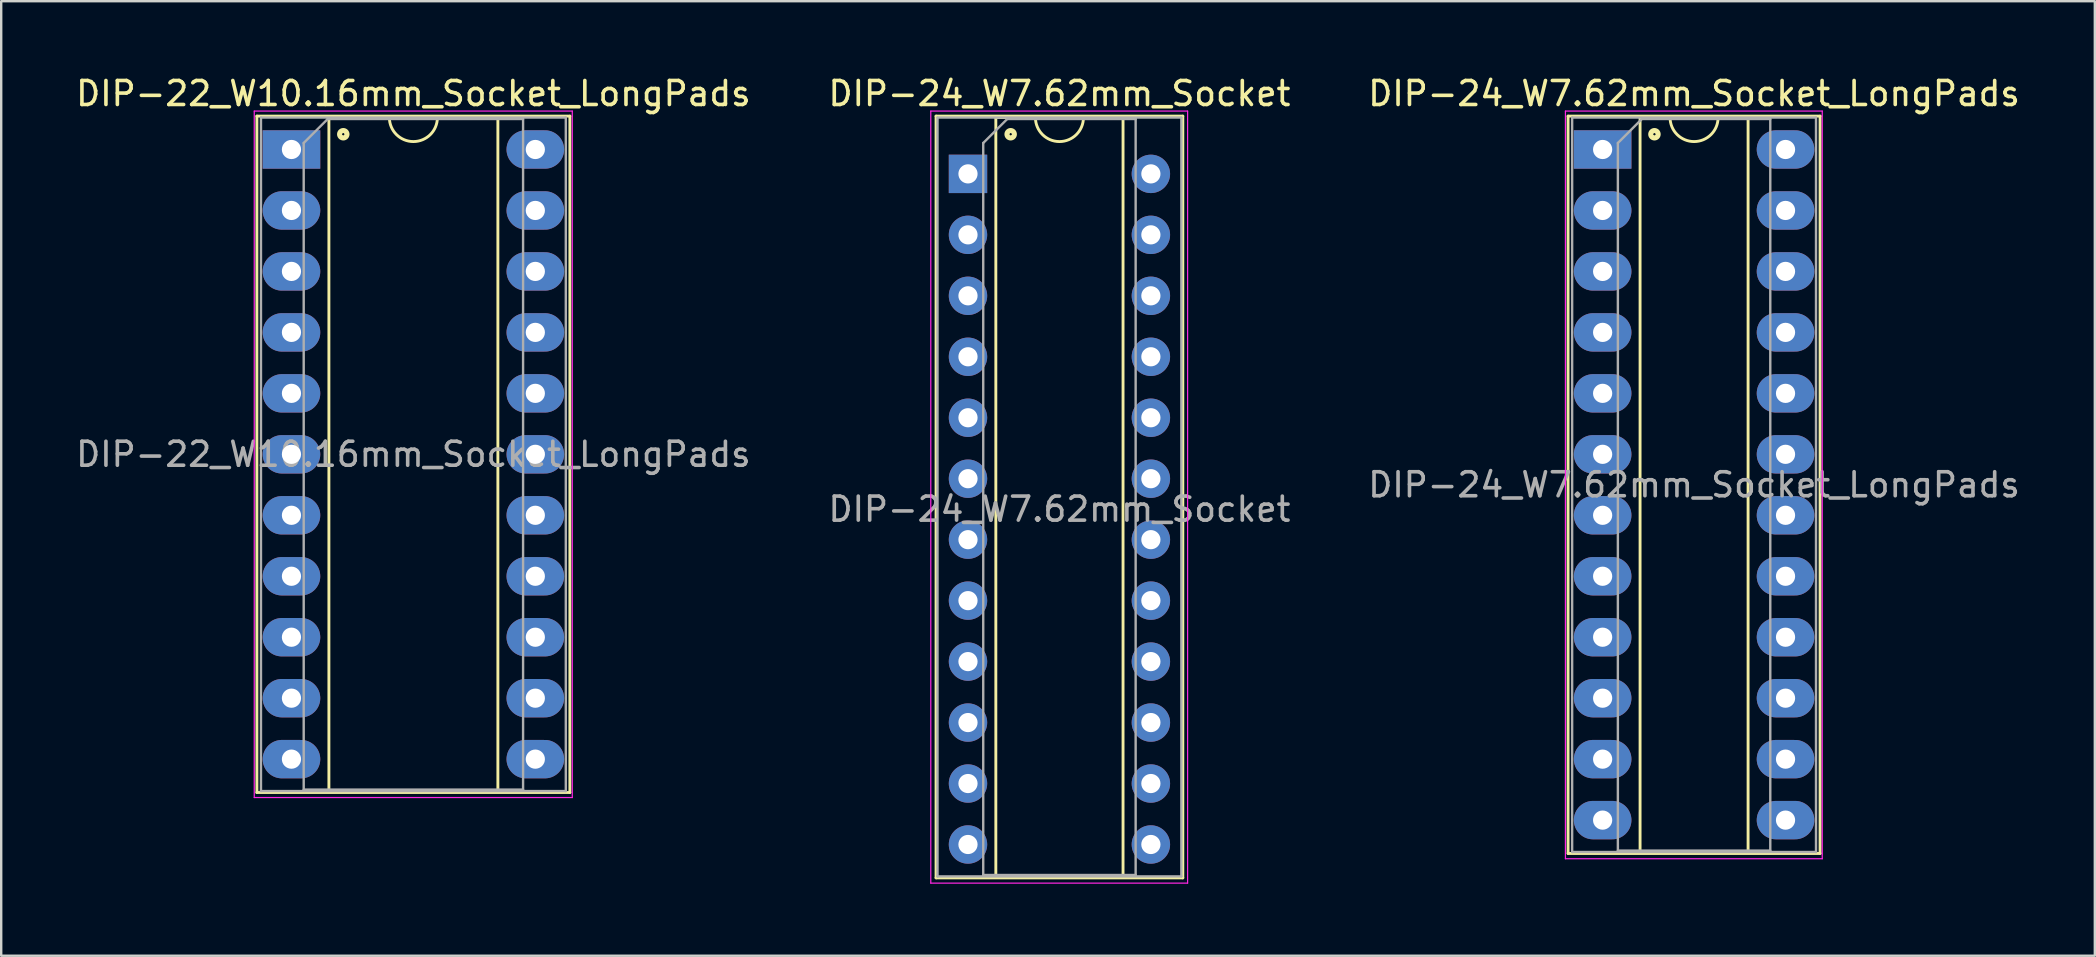
<source format=kicad_pcb>
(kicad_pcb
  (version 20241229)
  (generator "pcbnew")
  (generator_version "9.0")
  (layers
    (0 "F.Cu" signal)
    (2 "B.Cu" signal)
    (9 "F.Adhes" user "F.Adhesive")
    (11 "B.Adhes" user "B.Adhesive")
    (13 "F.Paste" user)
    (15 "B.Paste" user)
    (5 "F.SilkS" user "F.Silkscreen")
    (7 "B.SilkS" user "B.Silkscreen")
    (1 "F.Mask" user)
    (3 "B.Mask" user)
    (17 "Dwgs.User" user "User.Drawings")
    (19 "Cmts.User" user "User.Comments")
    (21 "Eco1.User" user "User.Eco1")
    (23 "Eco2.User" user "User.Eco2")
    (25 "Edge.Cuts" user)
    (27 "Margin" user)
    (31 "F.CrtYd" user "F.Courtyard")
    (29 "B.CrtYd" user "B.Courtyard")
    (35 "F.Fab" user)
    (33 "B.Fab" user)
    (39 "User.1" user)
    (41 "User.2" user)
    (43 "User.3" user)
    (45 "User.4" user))
  (footprint "DIP-24_W7.62mm_Socket"
    (layer "F.Cu")
    (at 37.279 4.194)
    (property "Reference" "DIP-24_W7.62mm_Socket" (at 3.81 -3.346 0) (layer "F.SilkS") (effects (font (size 1 1) (thickness 0.15))))
    (attr through_hole)
    (fp_line (start -1.33 -2.406) (end -1.33 29.33) (stroke (width 0.12) (type solid)) (layer "F.SilkS"))
    (fp_line (start -1.33 29.33) (end 8.95 29.33) (stroke (width 0.12) (type solid)) (layer "F.SilkS"))
    (fp_line (start 1.16 -2.346) (end 1.16 29.27) (stroke (width 0.12) (type solid)) (layer "F.SilkS"))
    (fp_line (start 1.16 29.27) (end 6.46 29.27) (stroke (width 0.12) (type solid)) (layer "F.SilkS"))
    (fp_line (start 2.81 -2.346) (end 1.16 -2.346) (stroke (width 0.12) (type solid)) (layer "F.SilkS"))
    (fp_line (start 6.46 -2.346) (end 4.81 -2.346) (stroke (width 0.12) (type solid)) (layer "F.SilkS"))
    (fp_line (start 6.46 29.27) (end 6.46 -2.346) (stroke (width 0.12) (type solid)) (layer "F.SilkS"))
    (fp_line (start 8.95 -2.406) (end -1.33 -2.406) (stroke (width 0.12) (type solid)) (layer "F.SilkS"))
    (fp_line (start 8.95 29.33) (end 8.95 -2.406) (stroke (width 0.12) (type solid)) (layer "F.SilkS"))
    (fp_arc (start 4.81 -2.346) (mid 3.81 -1.346) (end 2.81 -2.346) (stroke (width 0.12) (type solid)) (layer "F.SilkS"))
    (fp_circle (center 1.778 -1.651) (end 1.828 -1.651) (stroke (width 0.12) (type solid)) (fill no) (layer "F.SilkS"))
    (fp_circle (center 1.778 -1.651) (end 1.903 -1.651) (stroke (width 0.12) (type solid)) (fill no) (layer "F.SilkS"))
    (fp_circle (center 1.778 -1.651) (end 1.978 -1.651) (stroke (width 0.12) (type solid)) (fill no) (layer "F.SilkS"))
    (fp_line (start -1.55 -2.616) (end -1.55 29.55) (stroke (width 0.05) (type solid)) (layer "F.CrtYd"))
    (fp_line (start -1.55 29.55) (end 9.15 29.55) (stroke (width 0.05) (type solid)) (layer "F.CrtYd"))
    (fp_line (start 9.15 -2.616) (end -1.55 -2.616) (stroke (width 0.05) (type solid)) (layer "F.CrtYd"))
    (fp_line (start 9.15 29.55) (end 9.15 -2.616) (stroke (width 0.05) (type solid)) (layer "F.CrtYd"))
    (fp_line (start -1.27 -2.346) (end -1.27 29.27) (stroke (width 0.1) (type solid)) (layer "F.Fab"))
    (fp_line (start -1.27 29.27) (end 8.89 29.27) (stroke (width 0.1) (type solid)) (layer "F.Fab"))
    (fp_line (start 0.635 -1.286) (end 1.635 -2.286) (stroke (width 0.1) (type solid)) (layer "F.Fab"))
    (fp_line (start 0.635 29.21) (end 0.635 -1.286) (stroke (width 0.1) (type solid)) (layer "F.Fab"))
    (fp_line (start 1.635 -2.286) (end 6.985 -2.286) (stroke (width 0.1) (type solid)) (layer "F.Fab"))
    (fp_line (start 6.985 -2.286) (end 6.985 29.21) (stroke (width 0.1) (type solid)) (layer "F.Fab"))
    (fp_line (start 6.985 29.21) (end 0.635 29.21) (stroke (width 0.1) (type solid)) (layer "F.Fab"))
    (fp_line (start 8.89 -2.346) (end -1.27 -2.346) (stroke (width 0.1) (type solid)) (layer "F.Fab"))
    (fp_line (start 8.89 29.27) (end 8.89 -2.346) (stroke (width 0.1) (type solid)) (layer "F.Fab"))
    (fp_text user "${REFERENCE}" (at 3.81 13.97 0) (layer "F.Fab") (effects (font (size 1 1) (thickness 0.15))))
    (pad "1" thru_hole rect (at 0 0) (size 1.6 1.6) (drill 0.8) (layers "*.Cu" "*.Mask"))
    (pad "2" thru_hole oval (at 0 2.54) (size 1.6 1.6) (drill 0.8) (layers "*.Cu" "*.Mask"))
    (pad "3" thru_hole oval (at 0 5.08) (size 1.6 1.6) (drill 0.8) (layers "*.Cu" "*.Mask"))
    (pad "4" thru_hole oval (at 0 7.62) (size 1.6 1.6) (drill 0.8) (layers "*.Cu" "*.Mask"))
    (pad "5" thru_hole oval (at 0 10.16) (size 1.6 1.6) (drill 0.8) (layers "*.Cu" "*.Mask"))
    (pad "6" thru_hole oval (at 0 12.7) (size 1.6 1.6) (drill 0.8) (layers "*.Cu" "*.Mask"))
    (pad "7" thru_hole oval (at 0 15.24) (size 1.6 1.6) (drill 0.8) (layers "*.Cu" "*.Mask"))
    (pad "8" thru_hole oval (at 0 17.78) (size 1.6 1.6) (drill 0.8) (layers "*.Cu" "*.Mask"))
    (pad "9" thru_hole oval (at 0 20.32) (size 1.6 1.6) (drill 0.8) (layers "*.Cu" "*.Mask"))
    (pad "10" thru_hole oval (at 0 22.86) (size 1.6 1.6) (drill 0.8) (layers "*.Cu" "*.Mask"))
    (pad "11" thru_hole oval (at 0 25.4) (size 1.6 1.6) (drill 0.8) (layers "*.Cu" "*.Mask"))
    (pad "12" thru_hole oval (at 0 27.94) (size 1.6 1.6) (drill 0.8) (layers "*.Cu" "*.Mask"))
    (pad "13" thru_hole oval (at 7.62 27.94) (size 1.6 1.6) (drill 0.8) (layers "*.Cu" "*.Mask"))
    (pad "14" thru_hole oval (at 7.62 25.4) (size 1.6 1.6) (drill 0.8) (layers "*.Cu" "*.Mask"))
    (pad "15" thru_hole oval (at 7.62 22.86) (size 1.6 1.6) (drill 0.8) (layers "*.Cu" "*.Mask"))
    (pad "16" thru_hole oval (at 7.62 20.32) (size 1.6 1.6) (drill 0.8) (layers "*.Cu" "*.Mask"))
    (pad "17" thru_hole oval (at 7.62 17.78) (size 1.6 1.6) (drill 0.8) (layers "*.Cu" "*.Mask"))
    (pad "18" thru_hole oval (at 7.62 15.24) (size 1.6 1.6) (drill 0.8) (layers "*.Cu" "*.Mask"))
    (pad "19" thru_hole oval (at 7.62 12.7) (size 1.6 1.6) (drill 0.8) (layers "*.Cu" "*.Mask"))
    (pad "20" thru_hole oval (at 7.62 10.16) (size 1.6 1.6) (drill 0.8) (layers "*.Cu" "*.Mask"))
    (pad "21" thru_hole oval (at 7.62 7.62) (size 1.6 1.6) (drill 0.8) (layers "*.Cu" "*.Mask"))
    (pad "22" thru_hole oval (at 7.62 5.08) (size 1.6 1.6) (drill 0.8) (layers "*.Cu" "*.Mask"))
    (pad "23" thru_hole oval (at 7.62 2.54) (size 1.6 1.6) (drill 0.8) (layers "*.Cu" "*.Mask"))
    (pad "24" thru_hole oval (at 7.62 0) (size 1.6 1.6) (drill 0.8) (layers "*.Cu" "*.Mask")))
  (footprint "DIP-24_W7.62mm_Socket_LongPads"
    (layer "F.Cu")
    (at 63.72 3.178)
    (property "Reference" "DIP-24_W7.62mm_Socket_LongPads" (at 3.81 -2.33 0) (layer "F.SilkS") (effects (font (size 1 1) (thickness 0.15))))
    (attr through_hole)
    (fp_line (start -1.44 -1.39) (end -1.44 29.33) (stroke (width 0.12) (type solid)) (layer "F.SilkS"))
    (fp_line (start -1.44 29.33) (end 9.06 29.33) (stroke (width 0.12) (type solid)) (layer "F.SilkS"))
    (fp_line (start 1.56 -1.33) (end 1.56 29.27) (stroke (width 0.12) (type solid)) (layer "F.SilkS"))
    (fp_line (start 1.56 29.27) (end 6.06 29.27) (stroke (width 0.12) (type solid)) (layer "F.SilkS"))
    (fp_line (start 2.81 -1.33) (end 1.56 -1.33) (stroke (width 0.12) (type solid)) (layer "F.SilkS"))
    (fp_line (start 6.06 -1.33) (end 4.81 -1.33) (stroke (width 0.12) (type solid)) (layer "F.SilkS"))
    (fp_line (start 6.06 29.27) (end 6.06 -1.33) (stroke (width 0.12) (type solid)) (layer "F.SilkS"))
    (fp_line (start 9.06 -1.39) (end -1.44 -1.39) (stroke (width 0.12) (type solid)) (layer "F.SilkS"))
    (fp_line (start 9.06 29.33) (end 9.06 -1.39) (stroke (width 0.12) (type solid)) (layer "F.SilkS"))
    (fp_arc (start 4.81 -1.33) (mid 3.81 -0.33) (end 2.81 -1.33) (stroke (width 0.12) (type solid)) (layer "F.SilkS"))
    (fp_circle (center 2.159 -0.635) (end 2.209 -0.635) (stroke (width 0.12) (type solid)) (fill no) (layer "F.SilkS"))
    (fp_circle (center 2.159 -0.635) (end 2.284 -0.635) (stroke (width 0.12) (type solid)) (fill no) (layer "F.SilkS"))
    (fp_circle (center 2.159 -0.635) (end 2.359 -0.635) (stroke (width 0.12) (type solid)) (fill no) (layer "F.SilkS"))
    (fp_line (start -1.55 -1.6) (end -1.55 29.55) (stroke (width 0.05) (type solid)) (layer "F.CrtYd"))
    (fp_line (start -1.55 29.55) (end 9.15 29.55) (stroke (width 0.05) (type solid)) (layer "F.CrtYd"))
    (fp_line (start 9.15 -1.6) (end -1.55 -1.6) (stroke (width 0.05) (type solid)) (layer "F.CrtYd"))
    (fp_line (start 9.15 29.55) (end 9.15 -1.6) (stroke (width 0.05) (type solid)) (layer "F.CrtYd"))
    (fp_line (start -1.27 -1.33) (end -1.27 29.27) (stroke (width 0.1) (type solid)) (layer "F.Fab"))
    (fp_line (start -1.27 29.27) (end 8.89 29.27) (stroke (width 0.1) (type solid)) (layer "F.Fab"))
    (fp_line (start 0.635 -0.27) (end 1.635 -1.27) (stroke (width 0.1) (type solid)) (layer "F.Fab"))
    (fp_line (start 0.635 29.21) (end 0.635 -0.27) (stroke (width 0.1) (type solid)) (layer "F.Fab"))
    (fp_line (start 1.635 -1.27) (end 6.985 -1.27) (stroke (width 0.1) (type solid)) (layer "F.Fab"))
    (fp_line (start 6.985 -1.27) (end 6.985 29.21) (stroke (width 0.1) (type solid)) (layer "F.Fab"))
    (fp_line (start 6.985 29.21) (end 0.635 29.21) (stroke (width 0.1) (type solid)) (layer "F.Fab"))
    (fp_line (start 8.89 -1.33) (end -1.27 -1.33) (stroke (width 0.1) (type solid)) (layer "F.Fab"))
    (fp_line (start 8.89 29.27) (end 8.89 -1.33) (stroke (width 0.1) (type solid)) (layer "F.Fab"))
    (fp_text user "${REFERENCE}" (at 3.81 13.97 0) (layer "F.Fab") (effects (font (size 1 1) (thickness 0.15))))
    (pad "1" thru_hole rect (at 0 0) (size 2.4 1.6) (drill 0.8) (layers "*.Cu" "*.Mask"))
    (pad "2" thru_hole oval (at 0 2.54) (size 2.4 1.6) (drill 0.8) (layers "*.Cu" "*.Mask"))
    (pad "3" thru_hole oval (at 0 5.08) (size 2.4 1.6) (drill 0.8) (layers "*.Cu" "*.Mask"))
    (pad "4" thru_hole oval (at 0 7.62) (size 2.4 1.6) (drill 0.8) (layers "*.Cu" "*.Mask"))
    (pad "5" thru_hole oval (at 0 10.16) (size 2.4 1.6) (drill 0.8) (layers "*.Cu" "*.Mask"))
    (pad "6" thru_hole oval (at 0 12.7) (size 2.4 1.6) (drill 0.8) (layers "*.Cu" "*.Mask"))
    (pad "7" thru_hole oval (at 0 15.24) (size 2.4 1.6) (drill 0.8) (layers "*.Cu" "*.Mask"))
    (pad "8" thru_hole oval (at 0 17.78) (size 2.4 1.6) (drill 0.8) (layers "*.Cu" "*.Mask"))
    (pad "9" thru_hole oval (at 0 20.32) (size 2.4 1.6) (drill 0.8) (layers "*.Cu" "*.Mask"))
    (pad "10" thru_hole oval (at 0 22.86) (size 2.4 1.6) (drill 0.8) (layers "*.Cu" "*.Mask"))
    (pad "11" thru_hole oval (at 0 25.4) (size 2.4 1.6) (drill 0.8) (layers "*.Cu" "*.Mask"))
    (pad "12" thru_hole oval (at 0 27.94) (size 2.4 1.6) (drill 0.8) (layers "*.Cu" "*.Mask"))
    (pad "13" thru_hole oval (at 7.62 27.94) (size 2.4 1.6) (drill 0.8) (layers "*.Cu" "*.Mask"))
    (pad "14" thru_hole oval (at 7.62 25.4) (size 2.4 1.6) (drill 0.8) (layers "*.Cu" "*.Mask"))
    (pad "15" thru_hole oval (at 7.62 22.86) (size 2.4 1.6) (drill 0.8) (layers "*.Cu" "*.Mask"))
    (pad "16" thru_hole oval (at 7.62 20.32) (size 2.4 1.6) (drill 0.8) (layers "*.Cu" "*.Mask"))
    (pad "17" thru_hole oval (at 7.62 17.78) (size 2.4 1.6) (drill 0.8) (layers "*.Cu" "*.Mask"))
    (pad "18" thru_hole oval (at 7.62 15.24) (size 2.4 1.6) (drill 0.8) (layers "*.Cu" "*.Mask"))
    (pad "19" thru_hole oval (at 7.62 12.7) (size 2.4 1.6) (drill 0.8) (layers "*.Cu" "*.Mask"))
    (pad "20" thru_hole oval (at 7.62 10.16) (size 2.4 1.6) (drill 0.8) (layers "*.Cu" "*.Mask"))
    (pad "21" thru_hole oval (at 7.62 7.62) (size 2.4 1.6) (drill 0.8) (layers "*.Cu" "*.Mask"))
    (pad "22" thru_hole oval (at 7.62 5.08) (size 2.4 1.6) (drill 0.8) (layers "*.Cu" "*.Mask"))
    (pad "23" thru_hole oval (at 7.62 2.54) (size 2.4 1.6) (drill 0.8) (layers "*.Cu" "*.Mask"))
    (pad "24" thru_hole oval (at 7.62 0) (size 2.4 1.6) (drill 0.8) (layers "*.Cu" "*.Mask")))
  (footprint "DIP-22_W10.16mm_Socket_LongPads"
    (layer "F.Cu")
    (at 9.093 3.178)
    (property "Reference" "DIP-22_W10.16mm_Socket_LongPads" (at 5.08 -2.33 0) (layer "F.SilkS") (effects (font (size 1 1) (thickness 0.15))))
    (attr through_hole)
    (fp_line (start -1.44 -1.39) (end -1.44 26.79) (stroke (width 0.12) (type solid)) (layer "F.SilkS"))
    (fp_line (start -1.44 26.79) (end 11.6 26.79) (stroke (width 0.12) (type solid)) (layer "F.SilkS"))
    (fp_line (start 1.56 -1.33) (end 1.56 26.73) (stroke (width 0.12) (type solid)) (layer "F.SilkS"))
    (fp_line (start 1.56 26.73) (end 8.6 26.73) (stroke (width 0.12) (type solid)) (layer "F.SilkS"))
    (fp_line (start 4.08 -1.33) (end 1.56 -1.33) (stroke (width 0.12) (type solid)) (layer "F.SilkS"))
    (fp_line (start 8.6 -1.33) (end 6.08 -1.33) (stroke (width 0.12) (type solid)) (layer "F.SilkS"))
    (fp_line (start 8.6 26.73) (end 8.6 -1.33) (stroke (width 0.12) (type solid)) (layer "F.SilkS"))
    (fp_line (start 11.6 -1.39) (end -1.44 -1.39) (stroke (width 0.12) (type solid)) (layer "F.SilkS"))
    (fp_line (start 11.6 26.79) (end 11.6 -1.39) (stroke (width 0.12) (type solid)) (layer "F.SilkS"))
    (fp_arc (start 6.08 -1.33) (mid 5.08 -0.33) (end 4.08 -1.33) (stroke (width 0.12) (type solid)) (layer "F.SilkS"))
    (fp_circle (center 2.159 -0.635) (end 2.209 -0.635) (stroke (width 0.12) (type solid)) (fill no) (layer "F.SilkS"))
    (fp_circle (center 2.159 -0.635) (end 2.284 -0.635) (stroke (width 0.12) (type solid)) (fill no) (layer "F.SilkS"))
    (fp_circle (center 2.159 -0.635) (end 2.359 -0.635) (stroke (width 0.12) (type solid)) (fill no) (layer "F.SilkS"))
    (fp_line (start -1.55 -1.6) (end -1.55 27) (stroke (width 0.05) (type solid)) (layer "F.CrtYd"))
    (fp_line (start -1.55 27) (end 11.7 27) (stroke (width 0.05) (type solid)) (layer "F.CrtYd"))
    (fp_line (start 11.7 -1.6) (end -1.55 -1.6) (stroke (width 0.05) (type solid)) (layer "F.CrtYd"))
    (fp_line (start 11.7 27) (end 11.7 -1.6) (stroke (width 0.05) (type solid)) (layer "F.CrtYd"))
    (fp_line (start -1.27 -1.33) (end -1.27 26.73) (stroke (width 0.1) (type solid)) (layer "F.Fab"))
    (fp_line (start -1.27 26.73) (end 11.43 26.73) (stroke (width 0.1) (type solid)) (layer "F.Fab"))
    (fp_line (start 0.51 -0.27) (end 1.51 -1.27) (stroke (width 0.1) (type solid)) (layer "F.Fab"))
    (fp_line (start 0.51 26.67) (end 0.51 -0.27) (stroke (width 0.1) (type solid)) (layer "F.Fab"))
    (fp_line (start 1.51 -1.27) (end 9.65 -1.27) (stroke (width 0.1) (type solid)) (layer "F.Fab"))
    (fp_line (start 9.65 -1.27) (end 9.65 26.67) (stroke (width 0.1) (type solid)) (layer "F.Fab"))
    (fp_line (start 9.65 26.67) (end 0.51 26.67) (stroke (width 0.1) (type solid)) (layer "F.Fab"))
    (fp_line (start 11.43 -1.33) (end -1.27 -1.33) (stroke (width 0.1) (type solid)) (layer "F.Fab"))
    (fp_line (start 11.43 26.73) (end 11.43 -1.33) (stroke (width 0.1) (type solid)) (layer "F.Fab"))
    (fp_text user "${REFERENCE}" (at 5.08 12.7 0) (layer "F.Fab") (effects (font (size 1 1) (thickness 0.15))))
    (pad "1" thru_hole rect (at 0 0) (size 2.4 1.6) (drill 0.8) (layers "*.Cu" "*.Mask"))
    (pad "2" thru_hole oval (at 0 2.54) (size 2.4 1.6) (drill 0.8) (layers "*.Cu" "*.Mask"))
    (pad "3" thru_hole oval (at 0 5.08) (size 2.4 1.6) (drill 0.8) (layers "*.Cu" "*.Mask"))
    (pad "4" thru_hole oval (at 0 7.62) (size 2.4 1.6) (drill 0.8) (layers "*.Cu" "*.Mask"))
    (pad "5" thru_hole oval (at 0 10.16) (size 2.4 1.6) (drill 0.8) (layers "*.Cu" "*.Mask"))
    (pad "6" thru_hole oval (at 0 12.7) (size 2.4 1.6) (drill 0.8) (layers "*.Cu" "*.Mask"))
    (pad "7" thru_hole oval (at 0 15.24) (size 2.4 1.6) (drill 0.8) (layers "*.Cu" "*.Mask"))
    (pad "8" thru_hole oval (at 0 17.78) (size 2.4 1.6) (drill 0.8) (layers "*.Cu" "*.Mask"))
    (pad "9" thru_hole oval (at 0 20.32) (size 2.4 1.6) (drill 0.8) (layers "*.Cu" "*.Mask"))
    (pad "10" thru_hole oval (at 0 22.86) (size 2.4 1.6) (drill 0.8) (layers "*.Cu" "*.Mask"))
    (pad "11" thru_hole oval (at 0 25.4) (size 2.4 1.6) (drill 0.8) (layers "*.Cu" "*.Mask"))
    (pad "12" thru_hole oval (at 10.16 25.4) (size 2.4 1.6) (drill 0.8) (layers "*.Cu" "*.Mask"))
    (pad "13" thru_hole oval (at 10.16 22.86) (size 2.4 1.6) (drill 0.8) (layers "*.Cu" "*.Mask"))
    (pad "14" thru_hole oval (at 10.16 20.32) (size 2.4 1.6) (drill 0.8) (layers "*.Cu" "*.Mask"))
    (pad "15" thru_hole oval (at 10.16 17.78) (size 2.4 1.6) (drill 0.8) (layers "*.Cu" "*.Mask"))
    (pad "16" thru_hole oval (at 10.16 15.24) (size 2.4 1.6) (drill 0.8) (layers "*.Cu" "*.Mask"))
    (pad "17" thru_hole oval (at 10.16 12.7) (size 2.4 1.6) (drill 0.8) (layers "*.Cu" "*.Mask"))
    (pad "18" thru_hole oval (at 10.16 10.16) (size 2.4 1.6) (drill 0.8) (layers "*.Cu" "*.Mask"))
    (pad "19" thru_hole oval (at 10.16 7.62) (size 2.4 1.6) (drill 0.8) (layers "*.Cu" "*.Mask"))
    (pad "20" thru_hole oval (at 10.16 5.08) (size 2.4 1.6) (drill 0.8) (layers "*.Cu" "*.Mask"))
    (pad "21" thru_hole oval (at 10.16 2.54) (size 2.4 1.6) (drill 0.8) (layers "*.Cu" "*.Mask"))
    (pad "22" thru_hole oval (at 10.16 0) (size 2.4 1.6) (drill 0.8) (layers "*.Cu" "*.Mask")))
  (gr_rect
    (start -3 -3)
    (end 84.226 36.769)
    (stroke (width 0.1) (type default))
    (fill no)
    (layer "Edge.Cuts")))
</source>
